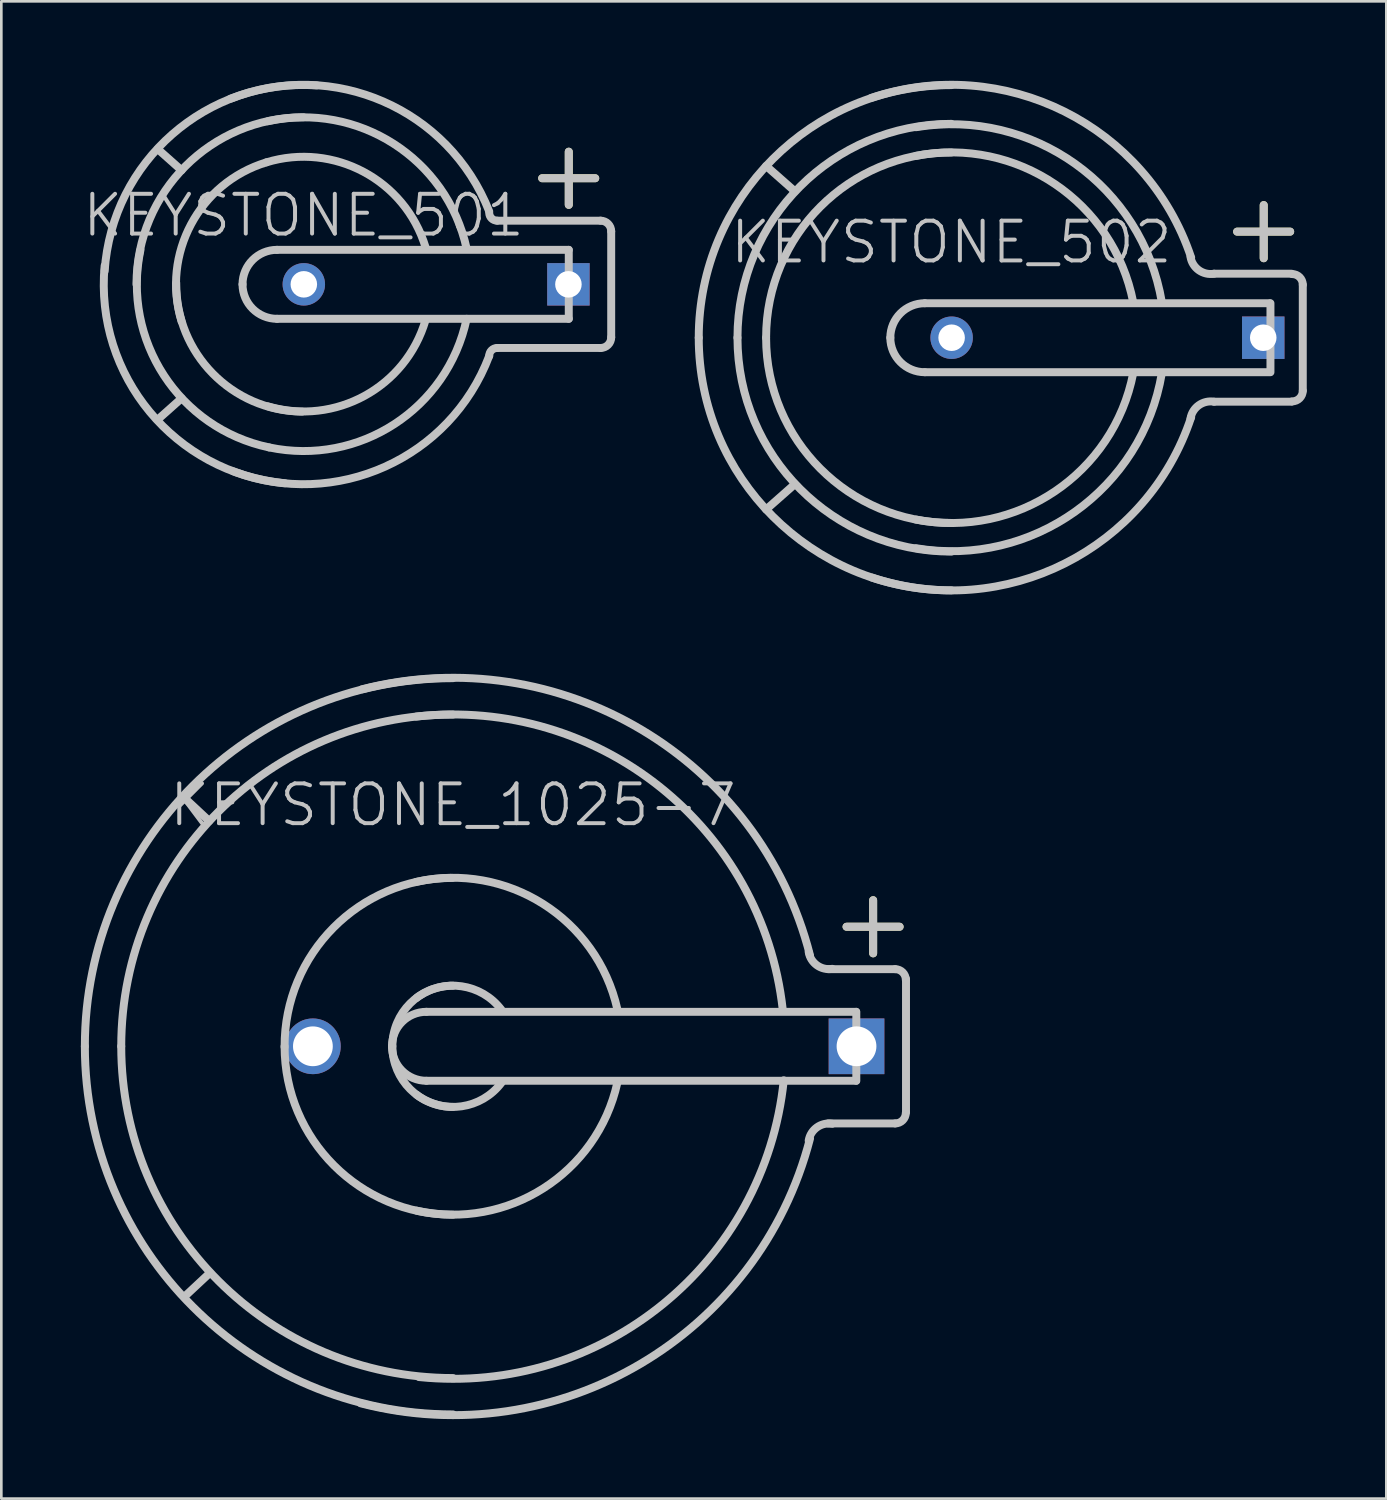
<source format=kicad_pcb>
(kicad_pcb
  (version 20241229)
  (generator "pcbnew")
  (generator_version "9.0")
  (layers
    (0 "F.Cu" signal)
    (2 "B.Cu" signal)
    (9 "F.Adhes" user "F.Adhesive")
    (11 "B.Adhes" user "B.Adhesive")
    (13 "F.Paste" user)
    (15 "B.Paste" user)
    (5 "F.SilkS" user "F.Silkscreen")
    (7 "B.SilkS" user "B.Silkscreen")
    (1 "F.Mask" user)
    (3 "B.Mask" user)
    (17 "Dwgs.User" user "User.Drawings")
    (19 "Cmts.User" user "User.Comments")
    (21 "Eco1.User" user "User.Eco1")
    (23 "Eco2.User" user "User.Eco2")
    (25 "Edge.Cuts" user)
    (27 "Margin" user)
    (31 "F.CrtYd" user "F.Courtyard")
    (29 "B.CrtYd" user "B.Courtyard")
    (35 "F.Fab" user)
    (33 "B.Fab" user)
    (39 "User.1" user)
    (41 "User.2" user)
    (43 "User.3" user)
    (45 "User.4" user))
  (footprint "KEYSTONE_501"
    (layer "F.Cu")
    (at 8.396 7.671)
    (property "Reference" "KEYSTONE_501" (at 0 -2.6 0) (layer "Dwgs.User") (effects (font (size 1.5 1.5) (thickness 0.15))))
    (attr through_hole)
    (fp_line (start 8.997 -4) (end 10.998 -4) (stroke (width 0.3) (type solid)) (layer "F.SilkS"))
    (fp_line (start 10 -2.997) (end 10 -5.001) (stroke (width 0.3) (type solid)) (layer "F.SilkS"))
    (fp_line (start -5.499 -5.1) (end -4.6 -4.3) (stroke (width 0.3) (type solid)) (layer "Dwgs.User"))
    (fp_line (start -5.499 5.1) (end -4.6 4.3) (stroke (width 0.3) (type solid)) (layer "Dwgs.User"))
    (fp_line (start -1.001 -1.3) (end 10 -1.3) (stroke (width 0.3) (type solid)) (layer "Dwgs.User"))
    (fp_line (start 8.997 -4) (end 10.998 -4) (stroke (width 0.3) (type solid)) (layer "Dwgs.User"))
    (fp_line (start 10 -2.997) (end 10 -5.001) (stroke (width 0.3) (type solid)) (layer "Dwgs.User"))
    (fp_line (start 10 -1.3) (end 10 1.3) (stroke (width 0.3) (type solid)) (layer "Dwgs.User"))
    (fp_line (start 10 1.3) (end -1.001 1.3) (stroke (width 0.3) (type solid)) (layer "Dwgs.User"))
    (fp_line (start 11.199 -2.4) (end 7.3 -2.4) (stroke (width 0.3) (type solid)) (layer "Dwgs.User"))
    (fp_line (start 11.199 2.4) (end 7.3 2.4) (stroke (width 0.3) (type solid)) (layer "Dwgs.User"))
    (fp_line (start 11.6 1.999) (end 11.6 -1.999) (stroke (width 0.3) (type solid)) (layer "Dwgs.User"))
    (fp_arc (start -7.50062 -0.50038) (mid -4.949917 -5.657561) (end 0.50038 -7.50062) (stroke (width 0.3) (type solid)) (layer "Dwgs.User"))
    (fp_arc (start -6.2992 0) (mid -4.454207 -4.454207) (end 0 -6.2992) (stroke (width 0.3) (type solid)) (layer "Dwgs.User"))
    (fp_arc (start -4.59994 1.39954) (mid -4.242273 -2.263025) (end -1.39954 -4.59994) (stroke (width 0.3) (type solid)) (layer "Dwgs.User"))
    (fp_arc (start -2.75082 -7.00024) (mid 3.004794 -6.895041) (end 7.00024 -2.75082) (stroke (width 0.3) (type solid)) (layer "Dwgs.User"))
    (fp_arc (start -2.30124 0) (mid -1.920338 -0.919578) (end -1.00076 -1.30048) (stroke (width 0.3) (type solid)) (layer "Dwgs.User"))
    (fp_arc (start -1.39954 -4.59994) (mid 2.263025 -4.242273) (end 4.59994 -1.39954) (stroke (width 0.3) (type solid)) (layer "Dwgs.User"))
    (fp_arc (start -1.34874 -6.14934) (mid 3.394537 -5.301943) (end 6.14934 -1.34874) (stroke (width 0.3) (type solid)) (layer "Dwgs.User"))
    (fp_arc (start -1.30048 6.14934) (mid -5.267818 3.428662) (end -6.14934 -1.30048) (stroke (width 0.3) (type solid)) (layer "Dwgs.User"))
    (fp_arc (start -1.00076 1.30048) (mid -1.920338 0.919578) (end -2.30124 0) (stroke (width 0.3) (type solid)) (layer "Dwgs.User"))
    (fp_arc (start -0.70104 7.50062) (mid -5.799449 4.808029) (end -7.50062 -0.70104) (stroke (width 0.3) (type solid)) (layer "Dwgs.User"))
    (fp_arc (start -0.0508 4.8006) (mid -3.430458 3.358616) (end -4.8006 -0.0508) (stroke (width 0.3) (type solid)) (layer "Dwgs.User"))
    (fp_arc (start 4.59994 1.34874) (mid 2.298946 4.206352) (end -1.34874 4.59994) (stroke (width 0.3) (type solid)) (layer "Dwgs.User"))
    (fp_arc (start 6.14934 1.30048) (mid 3.428662 5.267818) (end -1.30048 6.14934) (stroke (width 0.3) (type solid)) (layer "Dwgs.User"))
    (fp_arc (start 7.00024 2.70002) (mid 3.076636 6.873999) (end -2.64922 7.05104) (stroke (width 0.3) (type solid)) (layer "Dwgs.User"))
    (fp_arc (start 7.00024 2.70002) (mid 7.088026 2.488086) (end 7.29996 2.4003) (stroke (width 0.3) (type solid)) (layer "Dwgs.User"))
    (fp_arc (start 7.29996 -2.4003) (mid 7.088026 -2.488086) (end 7.00024 -2.70002) (stroke (width 0.3) (type solid)) (layer "Dwgs.User"))
    (fp_arc (start 11.19886 -2.4003) (mid 11.482636 -2.282756) (end 11.60018 -1.99898) (stroke (width 0.3) (type solid)) (layer "Dwgs.User"))
    (fp_arc (start 11.60018 1.99898) (mid 11.482636 2.282756) (end 11.19886 2.4003) (stroke (width 0.3) (type solid)) (layer "Dwgs.User"))
    (pad "1" thru_hole rect (at 9.987 0) (size 1.6 1.6) (drill 1) (layers "*.Cu" "*.Mask"))
    (pad "2" thru_hole circle (at 0.01 0) (size 1.6 1.6) (drill 1) (layers "*.Cu" "*.Mask")))
  (footprint "KEYSTONE_502"
    (layer "F.Cu")
    (at 32.822 9.684)
    (property "Reference" "KEYSTONE_502" (at 0 -3.6 0) (layer "Dwgs.User") (effects (font (size 1.5 1.5) (thickness 0.15))))
    (attr through_hole)
    (fp_line (start 10.775 -4) (end 12.776 -4) (stroke (width 0.3) (type solid)) (layer "F.SilkS"))
    (fp_line (start 11.778 -2.997) (end 11.778 -5.001) (stroke (width 0.3) (type solid)) (layer "F.SilkS"))
    (fp_line (start -6.985 -6.477) (end -5.905 -5.524) (stroke (width 0.3) (type solid)) (layer "Dwgs.User"))
    (fp_line (start -6.985 6.477) (end -5.905 5.524) (stroke (width 0.3) (type solid)) (layer "Dwgs.User"))
    (fp_line (start -1.001 -1.3) (end 11.999 -1.3) (stroke (width 0.3) (type solid)) (layer "Dwgs.User"))
    (fp_line (start 9.906 2.413) (end 12.827 2.413) (stroke (width 0.3) (type solid)) (layer "Dwgs.User"))
    (fp_line (start 10.775 -4) (end 12.776 -4) (stroke (width 0.3) (type solid)) (layer "Dwgs.User"))
    (fp_line (start 11.778 -2.997) (end 11.778 -5.001) (stroke (width 0.3) (type solid)) (layer "Dwgs.User"))
    (fp_line (start 11.999 1.3) (end -1.001 1.3) (stroke (width 0.3) (type solid)) (layer "Dwgs.User"))
    (fp_line (start 12.032 -1.3) (end 12.032 1.3) (stroke (width 0.3) (type solid)) (layer "Dwgs.User"))
    (fp_line (start 12.827 -2.413) (end 9.906 -2.413) (stroke (width 0.3) (type solid)) (layer "Dwgs.User"))
    (fp_line (start 13.251 1.999) (end 13.251 -1.999) (stroke (width 0.3) (type solid)) (layer "Dwgs.User"))
    (fp_arc (start -9.525 0) (mid -6.735192 -6.735192) (end 0 -9.525) (stroke (width 0.3) (type solid)) (layer "Dwgs.User"))
    (fp_arc (start -8.0645 0) (mid -5.702463 -5.702463) (end 0 -8.0645) (stroke (width 0.3) (type solid)) (layer "Dwgs.User"))
    (fp_arc (start -6.985 0) (mid -4.939141 -4.939141) (end 0 -6.985) (stroke (width 0.3) (type solid)) (layer "Dwgs.User"))
    (fp_arc (start -3.0226 -9.0424) (mid 4.256641 -8.531243) (end 9.0424 -3.0226) (stroke (width 0.3) (type solid)) (layer "Dwgs.User"))
    (fp_arc (start -2.30124 0) (mid -1.920338 -0.919578) (end -1.00076 -1.30048) (stroke (width 0.3) (type solid)) (layer "Dwgs.User"))
    (fp_arc (start -1.3335 -7.9375) (mid 4.669733 -6.555587) (end 7.9375 -1.3335) (stroke (width 0.3) (type solid)) (layer "Dwgs.User"))
    (fp_arc (start -1.3335 -6.858) (mid 3.906411 -5.792265) (end 6.858 -1.3335) (stroke (width 0.3) (type solid)) (layer "Dwgs.User"))
    (fp_arc (start -1.00076 1.30048) (mid -1.920338 0.919578) (end -2.30124 0) (stroke (width 0.3) (type solid)) (layer "Dwgs.User"))
    (fp_arc (start 0 6.985) (mid -4.939141 4.939141) (end -6.985 0) (stroke (width 0.3) (type solid)) (layer "Dwgs.User"))
    (fp_arc (start 0 8.0645) (mid -5.702463 5.702463) (end -8.0645 0) (stroke (width 0.3) (type solid)) (layer "Dwgs.User"))
    (fp_arc (start 0 9.525) (mid -6.735192 6.735192) (end -9.525 0) (stroke (width 0.3) (type solid)) (layer "Dwgs.User"))
    (fp_arc (start 6.858 1.3335) (mid 3.906411 5.792265) (end -1.3335 6.858) (stroke (width 0.3) (type solid)) (layer "Dwgs.User"))
    (fp_arc (start 7.9375 1.3335) (mid 4.669733 6.555587) (end -1.3335 7.9375) (stroke (width 0.3) (type solid)) (layer "Dwgs.User"))
    (fp_arc (start 9.017 3.048) (mid 9.329987 2.546382) (end 9.906 2.413) (stroke (width 0.3) (type solid)) (layer "Dwgs.User"))
    (fp_arc (start 9.0424 2.9972) (mid 4.274602 8.513283) (end -2.9972 9.0424) (stroke (width 0.3) (type solid)) (layer "Dwgs.User"))
    (fp_arc (start 9.906 -2.413) (mid 9.329987 -2.546382) (end 9.017 -3.048) (stroke (width 0.3) (type solid)) (layer "Dwgs.User"))
    (fp_arc (start 12.84986 -2.4003) (mid 13.133636 -2.282756) (end 13.25118 -1.99898) (stroke (width 0.3) (type solid)) (layer "Dwgs.User"))
    (fp_arc (start 13.25118 1.99898) (mid 13.133636 2.282756) (end 12.84986 2.4003) (stroke (width 0.3) (type solid)) (layer "Dwgs.User"))
    (pad "1" thru_hole rect (at 11.76 0) (size 1.6 1.6) (drill 1) (layers "*.Cu" "*.Mask"))
    (pad "2" thru_hole circle (at 0.01 0) (size 1.6 1.6) (drill 1) (layers "*.Cu" "*.Mask")))
  (footprint "KEYSTONE_1025-7"
    (layer "F.Cu")
    (at 14.031 36.402)
    (property "Reference" "KEYSTONE_1025-7" (at 0 -9.1 0) (layer "Dwgs.User") (effects (font (size 1.5 1.5) (thickness 0.15))))
    (attr through_hole)
    (fp_line (start 14.839 -4.508) (end 16.84 -4.508) (stroke (width 0.3) (type solid)) (layer "F.SilkS"))
    (fp_line (start 15.842 -3.505) (end 15.842 -5.509) (stroke (width 0.3) (type solid)) (layer "F.SilkS"))
    (fp_line (start -9.195 -8.496) (end -10.16 -9.398) (stroke (width 0.3) (type solid)) (layer "Dwgs.User"))
    (fp_line (start -9.169 8.547) (end -10.135 9.449) (stroke (width 0.3) (type solid)) (layer "Dwgs.User"))
    (fp_line (start -1.001 -1.3) (end 15.199 -1.3) (stroke (width 0.3) (type solid)) (layer "Dwgs.User"))
    (fp_line (start 14.839 -4.508) (end 16.84 -4.508) (stroke (width 0.3) (type solid)) (layer "Dwgs.User"))
    (fp_line (start 15.199 1.3) (end -1.001 1.3) (stroke (width 0.3) (type solid)) (layer "Dwgs.User"))
    (fp_line (start 15.207 -1.3) (end 15.207 1.3) (stroke (width 0.3) (type solid)) (layer "Dwgs.User"))
    (fp_line (start 15.842 -3.505) (end 15.842 -5.509) (stroke (width 0.3) (type solid)) (layer "Dwgs.User"))
    (fp_line (start 16.675 -2.908) (end 14.148 -2.908) (stroke (width 0.3) (type solid)) (layer "Dwgs.User"))
    (fp_line (start 16.675 2.908) (end 14.148 2.908) (stroke (width 0.3) (type solid)) (layer "Dwgs.User"))
    (fp_line (start 17.081 -2.54) (end 17.081 2.489) (stroke (width 0.3) (type solid)) (layer "Dwgs.User"))
    (fp_arc (start -13.8811 0) (mid -9.81542 -9.81542) (end 0 -13.8811) (stroke (width 0.3) (type solid)) (layer "Dwgs.User"))
    (fp_arc (start -12.5095 0) (mid -8.845552 -8.845552) (end 0 -12.5095) (stroke (width 0.3) (type solid)) (layer "Dwgs.User"))
    (fp_arc (start -6.35 0.0254) (mid -4.508089 -4.472168) (end -0.0254 -6.35) (stroke (width 0.3) (type solid)) (layer "Dwgs.User"))
    (fp_arc (start -3.429 -13.462) (mid 7.094402 -11.943741) (end 13.462 -3.429) (stroke (width 0.3) (type solid)) (layer "Dwgs.User"))
    (fp_arc (start -2.30124 0) (mid -1.920338 -0.919578) (end -1.00076 -1.30048) (stroke (width 0.3) (type solid)) (layer "Dwgs.User"))
    (fp_arc (start -2.286 0) (mid -1.616446 -1.616446) (end 0 -2.286) (stroke (width 0.3) (type solid)) (layer "Dwgs.User"))
    (fp_arc (start -1.397 -6.1976) (mid 3.394537 -5.370193) (end 6.1976 -1.397) (stroke (width 0.3) (type solid)) (layer "Dwgs.User"))
    (fp_arc (start -1.3843 -12.4333) (mid 7.812823 -9.770519) (end 12.4333 -1.3843) (stroke (width 0.3) (type solid)) (layer "Dwgs.User"))
    (fp_arc (start -1.3716 -1.8288) (mid 0.323289 -2.263025) (end 1.8288 -1.3716) (stroke (width 0.3) (type solid)) (layer "Dwgs.User"))
    (fp_arc (start -1.00076 1.30048) (mid -1.920338 0.919578) (end -2.30124 0) (stroke (width 0.3) (type solid)) (layer "Dwgs.User"))
    (fp_arc (start 0 2.286) (mid -1.616446 1.616446) (end -2.286 0) (stroke (width 0.3) (type solid)) (layer "Dwgs.User"))
    (fp_arc (start 0 6.35) (mid -4.490128 4.490128) (end -6.35 0) (stroke (width 0.3) (type solid)) (layer "Dwgs.User"))
    (fp_arc (start 0 12.5095) (mid -8.845552 8.845552) (end -12.5095 0) (stroke (width 0.3) (type solid)) (layer "Dwgs.User"))
    (fp_arc (start 0 13.8811) (mid -9.81542 9.81542) (end -13.8811 0) (stroke (width 0.3) (type solid)) (layer "Dwgs.User"))
    (fp_arc (start 1.8288 1.3716) (mid 0.323289 2.263025) (end -1.3716 1.8288) (stroke (width 0.3) (type solid)) (layer "Dwgs.User"))
    (fp_arc (start 6.1976 1.3716) (mid 3.412497 5.352233) (end -1.3716 6.1976) (stroke (width 0.3) (type solid)) (layer "Dwgs.User"))
    (fp_arc (start 12.4714 1.2827) (mid 7.911606 9.725617) (end -1.2827 12.4714) (stroke (width 0.3) (type solid)) (layer "Dwgs.User"))
    (fp_arc (start 13.4112 3.556) (mid 13.724187 3.054382) (end 14.3002 2.921) (stroke (width 0.3) (type solid)) (layer "Dwgs.User"))
    (fp_arc (start 13.462 3.4798) (mid 7.058481 11.979662) (end -3.4798 13.462) (stroke (width 0.3) (type solid)) (layer "Dwgs.User"))
    (fp_arc (start 14.3002 -2.921) (mid 13.724187 -3.054382) (end 13.4112 -3.556) (stroke (width 0.3) (type solid)) (layer "Dwgs.User"))
    (fp_arc (start 16.67256 -2.9083) (mid 16.956336 -2.790756) (end 17.07388 -2.50698) (stroke (width 0.3) (type solid)) (layer "Dwgs.User"))
    (fp_arc (start 17.07388 2.50698) (mid 16.956336 2.790756) (end 16.67256 2.9083) (stroke (width 0.3) (type solid)) (layer "Dwgs.User"))
    (pad "1" thru_hole rect (at 15.215 0) (size 2.1 2.1) (drill 1.5) (layers "*.Cu" "*.Mask"))
    (pad "2" thru_hole circle (at -5.283 0) (size 2.1 2.1) (drill 1.5) (layers "*.Cu" "*.Mask")))
  (gr_rect
    (start -3 -3)
    (end 49.223 53.457)
    (stroke (width 0.1) (type default))
    (fill no)
    (layer "Edge.Cuts")))
</source>
